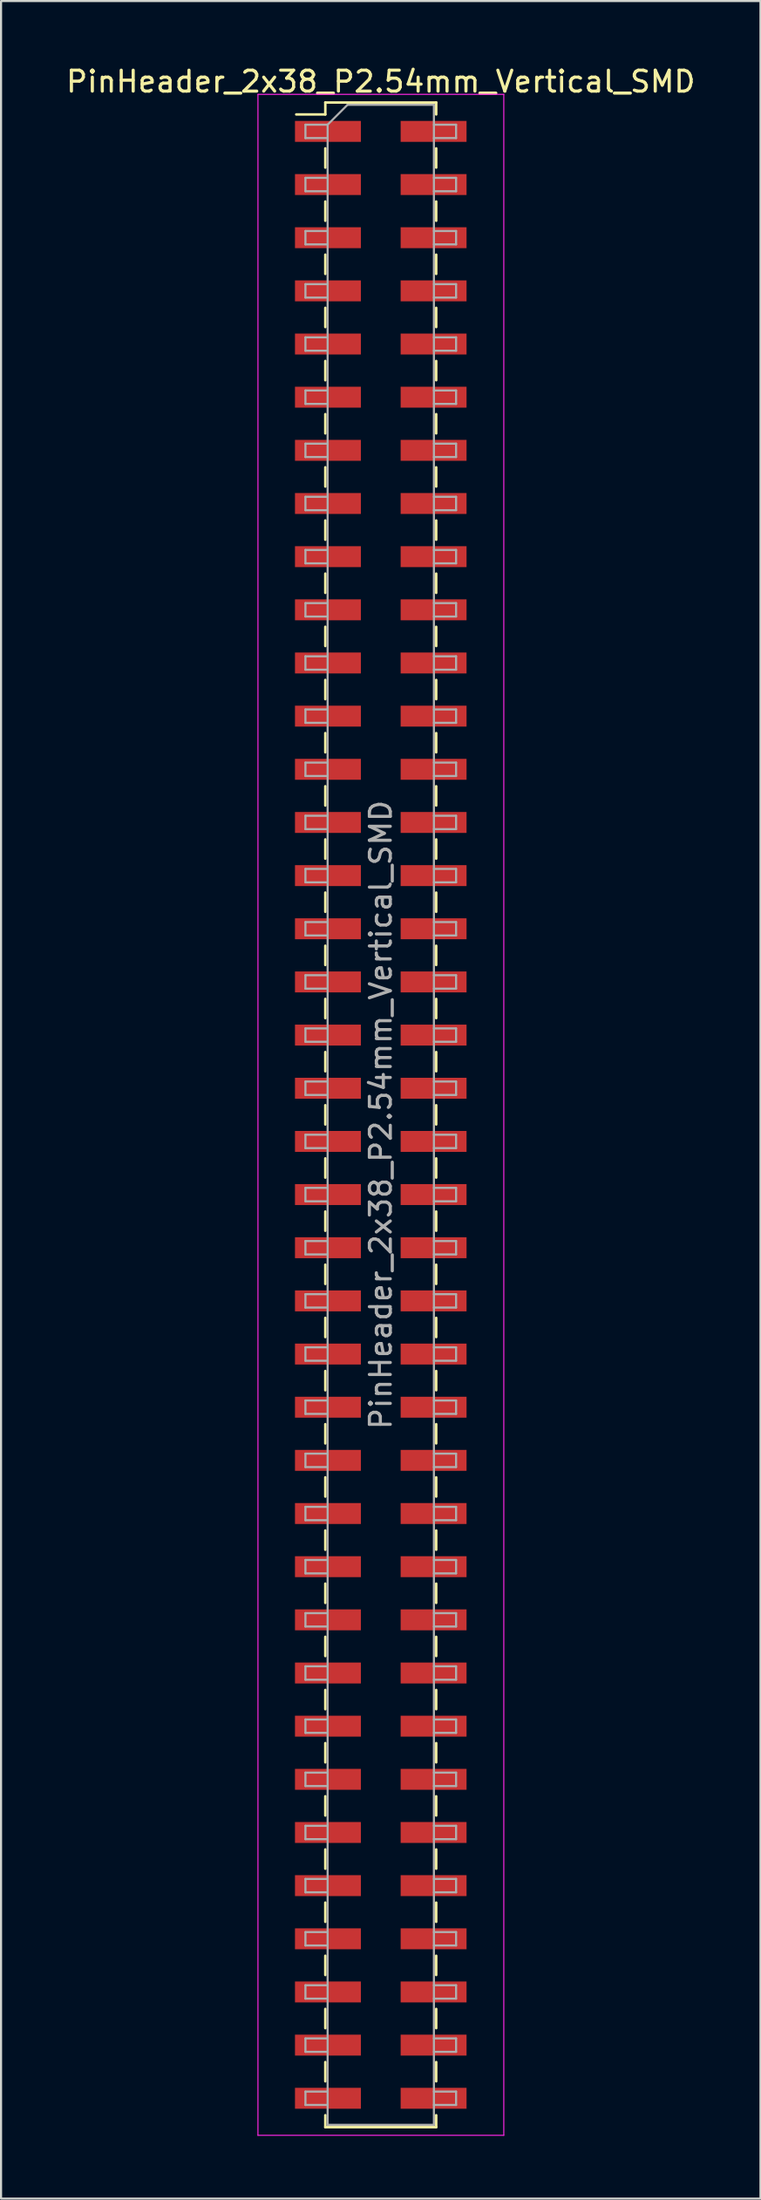
<source format=kicad_pcb>
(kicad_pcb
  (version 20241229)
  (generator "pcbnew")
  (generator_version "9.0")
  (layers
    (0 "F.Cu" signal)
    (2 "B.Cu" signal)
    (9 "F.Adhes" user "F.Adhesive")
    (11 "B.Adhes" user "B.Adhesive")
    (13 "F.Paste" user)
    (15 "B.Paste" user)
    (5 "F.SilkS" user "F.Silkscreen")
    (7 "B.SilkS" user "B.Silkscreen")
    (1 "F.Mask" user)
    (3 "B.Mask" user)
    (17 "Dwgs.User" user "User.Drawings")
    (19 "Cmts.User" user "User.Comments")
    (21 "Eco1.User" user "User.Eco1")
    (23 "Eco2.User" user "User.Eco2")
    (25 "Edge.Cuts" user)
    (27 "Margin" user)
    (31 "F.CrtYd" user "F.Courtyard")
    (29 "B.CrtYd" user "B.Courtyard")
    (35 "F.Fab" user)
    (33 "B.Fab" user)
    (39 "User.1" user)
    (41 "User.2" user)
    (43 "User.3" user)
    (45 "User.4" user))
  (footprint "PinHeader_2x38_P2.54mm_Vertical_SMD"
    (layer "F.Cu")
    (at 15.149 50.218)
    (property "Reference" "PinHeader_2x38_P2.54mm_Vertical_SMD" (at 0 -49.37 0) (layer "F.SilkS") (effects (font (size 1 1) (thickness 0.15))))
    (attr smd)
    (fp_line (start -4.04 -47.8) (end -2.65 -47.8) (stroke (width 0.12) (type solid)) (layer "F.SilkS"))
    (fp_line (start -2.65 -48.37) (end -2.65 -47.8) (stroke (width 0.12) (type solid)) (layer "F.SilkS"))
    (fp_line (start -2.65 -48.37) (end 2.65 -48.37) (stroke (width 0.12) (type solid)) (layer "F.SilkS"))
    (fp_line (start -2.65 -46.18) (end -2.65 -45.26) (stroke (width 0.12) (type solid)) (layer "F.SilkS"))
    (fp_line (start -2.65 -43.64) (end -2.65 -42.72) (stroke (width 0.12) (type solid)) (layer "F.SilkS"))
    (fp_line (start -2.65 -41.1) (end -2.65 -40.18) (stroke (width 0.12) (type solid)) (layer "F.SilkS"))
    (fp_line (start -2.65 -38.56) (end -2.65 -37.64) (stroke (width 0.12) (type solid)) (layer "F.SilkS"))
    (fp_line (start -2.65 -36.02) (end -2.65 -35.1) (stroke (width 0.12) (type solid)) (layer "F.SilkS"))
    (fp_line (start -2.65 -33.48) (end -2.65 -32.56) (stroke (width 0.12) (type solid)) (layer "F.SilkS"))
    (fp_line (start -2.65 -30.94) (end -2.65 -30.02) (stroke (width 0.12) (type solid)) (layer "F.SilkS"))
    (fp_line (start -2.65 -28.4) (end -2.65 -27.48) (stroke (width 0.12) (type solid)) (layer "F.SilkS"))
    (fp_line (start -2.65 -25.86) (end -2.65 -24.94) (stroke (width 0.12) (type solid)) (layer "F.SilkS"))
    (fp_line (start -2.65 -23.32) (end -2.65 -22.4) (stroke (width 0.12) (type solid)) (layer "F.SilkS"))
    (fp_line (start -2.65 -20.78) (end -2.65 -19.86) (stroke (width 0.12) (type solid)) (layer "F.SilkS"))
    (fp_line (start -2.65 -18.24) (end -2.65 -17.32) (stroke (width 0.12) (type solid)) (layer "F.SilkS"))
    (fp_line (start -2.65 -15.7) (end -2.65 -14.78) (stroke (width 0.12) (type solid)) (layer "F.SilkS"))
    (fp_line (start -2.65 -13.16) (end -2.65 -12.24) (stroke (width 0.12) (type solid)) (layer "F.SilkS"))
    (fp_line (start -2.65 -10.62) (end -2.65 -9.7) (stroke (width 0.12) (type solid)) (layer "F.SilkS"))
    (fp_line (start -2.65 -8.08) (end -2.65 -7.16) (stroke (width 0.12) (type solid)) (layer "F.SilkS"))
    (fp_line (start -2.65 -5.54) (end -2.65 -4.62) (stroke (width 0.12) (type solid)) (layer "F.SilkS"))
    (fp_line (start -2.65 -3) (end -2.65 -2.08) (stroke (width 0.12) (type solid)) (layer "F.SilkS"))
    (fp_line (start -2.65 -0.46) (end -2.65 0.46) (stroke (width 0.12) (type solid)) (layer "F.SilkS"))
    (fp_line (start -2.65 2.08) (end -2.65 3) (stroke (width 0.12) (type solid)) (layer "F.SilkS"))
    (fp_line (start -2.65 4.62) (end -2.65 5.54) (stroke (width 0.12) (type solid)) (layer "F.SilkS"))
    (fp_line (start -2.65 7.16) (end -2.65 8.08) (stroke (width 0.12) (type solid)) (layer "F.SilkS"))
    (fp_line (start -2.65 9.7) (end -2.65 10.62) (stroke (width 0.12) (type solid)) (layer "F.SilkS"))
    (fp_line (start -2.65 12.24) (end -2.65 13.16) (stroke (width 0.12) (type solid)) (layer "F.SilkS"))
    (fp_line (start -2.65 14.78) (end -2.65 15.7) (stroke (width 0.12) (type solid)) (layer "F.SilkS"))
    (fp_line (start -2.65 17.32) (end -2.65 18.24) (stroke (width 0.12) (type solid)) (layer "F.SilkS"))
    (fp_line (start -2.65 19.86) (end -2.65 20.78) (stroke (width 0.12) (type solid)) (layer "F.SilkS"))
    (fp_line (start -2.65 22.4) (end -2.65 23.32) (stroke (width 0.12) (type solid)) (layer "F.SilkS"))
    (fp_line (start -2.65 24.94) (end -2.65 25.86) (stroke (width 0.12) (type solid)) (layer "F.SilkS"))
    (fp_line (start -2.65 27.48) (end -2.65 28.4) (stroke (width 0.12) (type solid)) (layer "F.SilkS"))
    (fp_line (start -2.65 30.02) (end -2.65 30.94) (stroke (width 0.12) (type solid)) (layer "F.SilkS"))
    (fp_line (start -2.65 32.56) (end -2.65 33.48) (stroke (width 0.12) (type solid)) (layer "F.SilkS"))
    (fp_line (start -2.65 35.1) (end -2.65 36.02) (stroke (width 0.12) (type solid)) (layer "F.SilkS"))
    (fp_line (start -2.65 37.64) (end -2.65 38.56) (stroke (width 0.12) (type solid)) (layer "F.SilkS"))
    (fp_line (start -2.65 40.18) (end -2.65 41.1) (stroke (width 0.12) (type solid)) (layer "F.SilkS"))
    (fp_line (start -2.65 42.72) (end -2.65 43.64) (stroke (width 0.12) (type solid)) (layer "F.SilkS"))
    (fp_line (start -2.65 45.26) (end -2.65 46.18) (stroke (width 0.12) (type solid)) (layer "F.SilkS"))
    (fp_line (start -2.65 47.8) (end -2.65 48.37) (stroke (width 0.12) (type solid)) (layer "F.SilkS"))
    (fp_line (start -2.65 48.37) (end 2.65 48.37) (stroke (width 0.12) (type solid)) (layer "F.SilkS"))
    (fp_line (start 2.65 -48.37) (end 2.65 -47.8) (stroke (width 0.12) (type solid)) (layer "F.SilkS"))
    (fp_line (start 2.65 -46.18) (end 2.65 -45.26) (stroke (width 0.12) (type solid)) (layer "F.SilkS"))
    (fp_line (start 2.65 -43.64) (end 2.65 -42.72) (stroke (width 0.12) (type solid)) (layer "F.SilkS"))
    (fp_line (start 2.65 -41.1) (end 2.65 -40.18) (stroke (width 0.12) (type solid)) (layer "F.SilkS"))
    (fp_line (start 2.65 -38.56) (end 2.65 -37.64) (stroke (width 0.12) (type solid)) (layer "F.SilkS"))
    (fp_line (start 2.65 -36.02) (end 2.65 -35.1) (stroke (width 0.12) (type solid)) (layer "F.SilkS"))
    (fp_line (start 2.65 -33.48) (end 2.65 -32.56) (stroke (width 0.12) (type solid)) (layer "F.SilkS"))
    (fp_line (start 2.65 -30.94) (end 2.65 -30.02) (stroke (width 0.12) (type solid)) (layer "F.SilkS"))
    (fp_line (start 2.65 -28.4) (end 2.65 -27.48) (stroke (width 0.12) (type solid)) (layer "F.SilkS"))
    (fp_line (start 2.65 -25.86) (end 2.65 -24.94) (stroke (width 0.12) (type solid)) (layer "F.SilkS"))
    (fp_line (start 2.65 -23.32) (end 2.65 -22.4) (stroke (width 0.12) (type solid)) (layer "F.SilkS"))
    (fp_line (start 2.65 -20.78) (end 2.65 -19.86) (stroke (width 0.12) (type solid)) (layer "F.SilkS"))
    (fp_line (start 2.65 -18.24) (end 2.65 -17.32) (stroke (width 0.12) (type solid)) (layer "F.SilkS"))
    (fp_line (start 2.65 -15.7) (end 2.65 -14.78) (stroke (width 0.12) (type solid)) (layer "F.SilkS"))
    (fp_line (start 2.65 -13.16) (end 2.65 -12.24) (stroke (width 0.12) (type solid)) (layer "F.SilkS"))
    (fp_line (start 2.65 -10.62) (end 2.65 -9.7) (stroke (width 0.12) (type solid)) (layer "F.SilkS"))
    (fp_line (start 2.65 -8.08) (end 2.65 -7.16) (stroke (width 0.12) (type solid)) (layer "F.SilkS"))
    (fp_line (start 2.65 -5.54) (end 2.65 -4.62) (stroke (width 0.12) (type solid)) (layer "F.SilkS"))
    (fp_line (start 2.65 -3) (end 2.65 -2.08) (stroke (width 0.12) (type solid)) (layer "F.SilkS"))
    (fp_line (start 2.65 -0.46) (end 2.65 0.46) (stroke (width 0.12) (type solid)) (layer "F.SilkS"))
    (fp_line (start 2.65 2.08) (end 2.65 3) (stroke (width 0.12) (type solid)) (layer "F.SilkS"))
    (fp_line (start 2.65 4.62) (end 2.65 5.54) (stroke (width 0.12) (type solid)) (layer "F.SilkS"))
    (fp_line (start 2.65 7.16) (end 2.65 8.08) (stroke (width 0.12) (type solid)) (layer "F.SilkS"))
    (fp_line (start 2.65 9.7) (end 2.65 10.62) (stroke (width 0.12) (type solid)) (layer "F.SilkS"))
    (fp_line (start 2.65 12.24) (end 2.65 13.16) (stroke (width 0.12) (type solid)) (layer "F.SilkS"))
    (fp_line (start 2.65 14.78) (end 2.65 15.7) (stroke (width 0.12) (type solid)) (layer "F.SilkS"))
    (fp_line (start 2.65 17.32) (end 2.65 18.24) (stroke (width 0.12) (type solid)) (layer "F.SilkS"))
    (fp_line (start 2.65 19.86) (end 2.65 20.78) (stroke (width 0.12) (type solid)) (layer "F.SilkS"))
    (fp_line (start 2.65 22.4) (end 2.65 23.32) (stroke (width 0.12) (type solid)) (layer "F.SilkS"))
    (fp_line (start 2.65 24.94) (end 2.65 25.86) (stroke (width 0.12) (type solid)) (layer "F.SilkS"))
    (fp_line (start 2.65 27.48) (end 2.65 28.4) (stroke (width 0.12) (type solid)) (layer "F.SilkS"))
    (fp_line (start 2.65 30.02) (end 2.65 30.94) (stroke (width 0.12) (type solid)) (layer "F.SilkS"))
    (fp_line (start 2.65 32.56) (end 2.65 33.48) (stroke (width 0.12) (type solid)) (layer "F.SilkS"))
    (fp_line (start 2.65 35.1) (end 2.65 36.02) (stroke (width 0.12) (type solid)) (layer "F.SilkS"))
    (fp_line (start 2.65 37.64) (end 2.65 38.56) (stroke (width 0.12) (type solid)) (layer "F.SilkS"))
    (fp_line (start 2.65 40.18) (end 2.65 41.1) (stroke (width 0.12) (type solid)) (layer "F.SilkS"))
    (fp_line (start 2.65 42.72) (end 2.65 43.64) (stroke (width 0.12) (type solid)) (layer "F.SilkS"))
    (fp_line (start 2.65 45.26) (end 2.65 46.18) (stroke (width 0.12) (type solid)) (layer "F.SilkS"))
    (fp_line (start 2.65 47.8) (end 2.65 48.37) (stroke (width 0.12) (type solid)) (layer "F.SilkS"))
    (fp_line (start -5.87 -48.76) (end -5.87 48.76) (stroke (width 0.05) (type solid)) (layer "F.CrtYd"))
    (fp_line (start -5.87 48.76) (end 5.88 48.76) (stroke (width 0.05) (type solid)) (layer "F.CrtYd"))
    (fp_line (start 5.88 -48.76) (end -5.87 -48.76) (stroke (width 0.05) (type solid)) (layer "F.CrtYd"))
    (fp_line (start 5.88 48.76) (end 5.88 -48.76) (stroke (width 0.05) (type solid)) (layer "F.CrtYd"))
    (fp_line (start -3.6 -47.31) (end -3.6 -46.67) (stroke (width 0.1) (type solid)) (layer "F.Fab"))
    (fp_line (start -3.6 -46.67) (end -2.54 -46.67) (stroke (width 0.1) (type solid)) (layer "F.Fab"))
    (fp_line (start -3.6 -44.77) (end -3.6 -44.13) (stroke (width 0.1) (type solid)) (layer "F.Fab"))
    (fp_line (start -3.6 -44.13) (end -2.54 -44.13) (stroke (width 0.1) (type solid)) (layer "F.Fab"))
    (fp_line (start -3.6 -42.23) (end -3.6 -41.59) (stroke (width 0.1) (type solid)) (layer "F.Fab"))
    (fp_line (start -3.6 -41.59) (end -2.54 -41.59) (stroke (width 0.1) (type solid)) (layer "F.Fab"))
    (fp_line (start -3.6 -39.69) (end -3.6 -39.05) (stroke (width 0.1) (type solid)) (layer "F.Fab"))
    (fp_line (start -3.6 -39.05) (end -2.54 -39.05) (stroke (width 0.1) (type solid)) (layer "F.Fab"))
    (fp_line (start -3.6 -37.15) (end -3.6 -36.51) (stroke (width 0.1) (type solid)) (layer "F.Fab"))
    (fp_line (start -3.6 -36.51) (end -2.54 -36.51) (stroke (width 0.1) (type solid)) (layer "F.Fab"))
    (fp_line (start -3.6 -34.61) (end -3.6 -33.97) (stroke (width 0.1) (type solid)) (layer "F.Fab"))
    (fp_line (start -3.6 -33.97) (end -2.54 -33.97) (stroke (width 0.1) (type solid)) (layer "F.Fab"))
    (fp_line (start -3.6 -32.07) (end -3.6 -31.43) (stroke (width 0.1) (type solid)) (layer "F.Fab"))
    (fp_line (start -3.6 -31.43) (end -2.54 -31.43) (stroke (width 0.1) (type solid)) (layer "F.Fab"))
    (fp_line (start -3.6 -29.53) (end -3.6 -28.89) (stroke (width 0.1) (type solid)) (layer "F.Fab"))
    (fp_line (start -3.6 -28.89) (end -2.54 -28.89) (stroke (width 0.1) (type solid)) (layer "F.Fab"))
    (fp_line (start -3.6 -26.99) (end -3.6 -26.35) (stroke (width 0.1) (type solid)) (layer "F.Fab"))
    (fp_line (start -3.6 -26.35) (end -2.54 -26.35) (stroke (width 0.1) (type solid)) (layer "F.Fab"))
    (fp_line (start -3.6 -24.45) (end -3.6 -23.81) (stroke (width 0.1) (type solid)) (layer "F.Fab"))
    (fp_line (start -3.6 -23.81) (end -2.54 -23.81) (stroke (width 0.1) (type solid)) (layer "F.Fab"))
    (fp_line (start -3.6 -21.91) (end -3.6 -21.27) (stroke (width 0.1) (type solid)) (layer "F.Fab"))
    (fp_line (start -3.6 -21.27) (end -2.54 -21.27) (stroke (width 0.1) (type solid)) (layer "F.Fab"))
    (fp_line (start -3.6 -19.37) (end -3.6 -18.73) (stroke (width 0.1) (type solid)) (layer "F.Fab"))
    (fp_line (start -3.6 -18.73) (end -2.54 -18.73) (stroke (width 0.1) (type solid)) (layer "F.Fab"))
    (fp_line (start -3.6 -16.83) (end -3.6 -16.19) (stroke (width 0.1) (type solid)) (layer "F.Fab"))
    (fp_line (start -3.6 -16.19) (end -2.54 -16.19) (stroke (width 0.1) (type solid)) (layer "F.Fab"))
    (fp_line (start -3.6 -14.29) (end -3.6 -13.65) (stroke (width 0.1) (type solid)) (layer "F.Fab"))
    (fp_line (start -3.6 -13.65) (end -2.54 -13.65) (stroke (width 0.1) (type solid)) (layer "F.Fab"))
    (fp_line (start -3.6 -11.75) (end -3.6 -11.11) (stroke (width 0.1) (type solid)) (layer "F.Fab"))
    (fp_line (start -3.6 -11.11) (end -2.54 -11.11) (stroke (width 0.1) (type solid)) (layer "F.Fab"))
    (fp_line (start -3.6 -9.21) (end -3.6 -8.57) (stroke (width 0.1) (type solid)) (layer "F.Fab"))
    (fp_line (start -3.6 -8.57) (end -2.54 -8.57) (stroke (width 0.1) (type solid)) (layer "F.Fab"))
    (fp_line (start -3.6 -6.67) (end -3.6 -6.03) (stroke (width 0.1) (type solid)) (layer "F.Fab"))
    (fp_line (start -3.6 -6.03) (end -2.54 -6.03) (stroke (width 0.1) (type solid)) (layer "F.Fab"))
    (fp_line (start -3.6 -4.13) (end -3.6 -3.49) (stroke (width 0.1) (type solid)) (layer "F.Fab"))
    (fp_line (start -3.6 -3.49) (end -2.54 -3.49) (stroke (width 0.1) (type solid)) (layer "F.Fab"))
    (fp_line (start -3.6 -1.59) (end -3.6 -0.95) (stroke (width 0.1) (type solid)) (layer "F.Fab"))
    (fp_line (start -3.6 -0.95) (end -2.54 -0.95) (stroke (width 0.1) (type solid)) (layer "F.Fab"))
    (fp_line (start -3.6 0.95) (end -3.6 1.59) (stroke (width 0.1) (type solid)) (layer "F.Fab"))
    (fp_line (start -3.6 1.59) (end -2.54 1.59) (stroke (width 0.1) (type solid)) (layer "F.Fab"))
    (fp_line (start -3.6 3.49) (end -3.6 4.13) (stroke (width 0.1) (type solid)) (layer "F.Fab"))
    (fp_line (start -3.6 4.13) (end -2.54 4.13) (stroke (width 0.1) (type solid)) (layer "F.Fab"))
    (fp_line (start -3.6 6.03) (end -3.6 6.67) (stroke (width 0.1) (type solid)) (layer "F.Fab"))
    (fp_line (start -3.6 6.67) (end -2.54 6.67) (stroke (width 0.1) (type solid)) (layer "F.Fab"))
    (fp_line (start -3.6 8.57) (end -3.6 9.21) (stroke (width 0.1) (type solid)) (layer "F.Fab"))
    (fp_line (start -3.6 9.21) (end -2.54 9.21) (stroke (width 0.1) (type solid)) (layer "F.Fab"))
    (fp_line (start -3.6 11.11) (end -3.6 11.75) (stroke (width 0.1) (type solid)) (layer "F.Fab"))
    (fp_line (start -3.6 11.75) (end -2.54 11.75) (stroke (width 0.1) (type solid)) (layer "F.Fab"))
    (fp_line (start -3.6 13.65) (end -3.6 14.29) (stroke (width 0.1) (type solid)) (layer "F.Fab"))
    (fp_line (start -3.6 14.29) (end -2.54 14.29) (stroke (width 0.1) (type solid)) (layer "F.Fab"))
    (fp_line (start -3.6 16.19) (end -3.6 16.83) (stroke (width 0.1) (type solid)) (layer "F.Fab"))
    (fp_line (start -3.6 16.83) (end -2.54 16.83) (stroke (width 0.1) (type solid)) (layer "F.Fab"))
    (fp_line (start -3.6 18.73) (end -3.6 19.37) (stroke (width 0.1) (type solid)) (layer "F.Fab"))
    (fp_line (start -3.6 19.37) (end -2.54 19.37) (stroke (width 0.1) (type solid)) (layer "F.Fab"))
    (fp_line (start -3.6 21.27) (end -3.6 21.91) (stroke (width 0.1) (type solid)) (layer "F.Fab"))
    (fp_line (start -3.6 21.91) (end -2.54 21.91) (stroke (width 0.1) (type solid)) (layer "F.Fab"))
    (fp_line (start -3.6 23.81) (end -3.6 24.45) (stroke (width 0.1) (type solid)) (layer "F.Fab"))
    (fp_line (start -3.6 24.45) (end -2.54 24.45) (stroke (width 0.1) (type solid)) (layer "F.Fab"))
    (fp_line (start -3.6 26.35) (end -3.6 26.99) (stroke (width 0.1) (type solid)) (layer "F.Fab"))
    (fp_line (start -3.6 26.99) (end -2.54 26.99) (stroke (width 0.1) (type solid)) (layer "F.Fab"))
    (fp_line (start -3.6 28.89) (end -3.6 29.53) (stroke (width 0.1) (type solid)) (layer "F.Fab"))
    (fp_line (start -3.6 29.53) (end -2.54 29.53) (stroke (width 0.1) (type solid)) (layer "F.Fab"))
    (fp_line (start -3.6 31.43) (end -3.6 32.07) (stroke (width 0.1) (type solid)) (layer "F.Fab"))
    (fp_line (start -3.6 32.07) (end -2.54 32.07) (stroke (width 0.1) (type solid)) (layer "F.Fab"))
    (fp_line (start -3.6 33.97) (end -3.6 34.61) (stroke (width 0.1) (type solid)) (layer "F.Fab"))
    (fp_line (start -3.6 34.61) (end -2.54 34.61) (stroke (width 0.1) (type solid)) (layer "F.Fab"))
    (fp_line (start -3.6 36.51) (end -3.6 37.15) (stroke (width 0.1) (type solid)) (layer "F.Fab"))
    (fp_line (start -3.6 37.15) (end -2.54 37.15) (stroke (width 0.1) (type solid)) (layer "F.Fab"))
    (fp_line (start -3.6 39.05) (end -3.6 39.69) (stroke (width 0.1) (type solid)) (layer "F.Fab"))
    (fp_line (start -3.6 39.69) (end -2.54 39.69) (stroke (width 0.1) (type solid)) (layer "F.Fab"))
    (fp_line (start -3.6 41.59) (end -3.6 42.23) (stroke (width 0.1) (type solid)) (layer "F.Fab"))
    (fp_line (start -3.6 42.23) (end -2.54 42.23) (stroke (width 0.1) (type solid)) (layer "F.Fab"))
    (fp_line (start -3.6 44.13) (end -3.6 44.77) (stroke (width 0.1) (type solid)) (layer "F.Fab"))
    (fp_line (start -3.6 44.77) (end -2.54 44.77) (stroke (width 0.1) (type solid)) (layer "F.Fab"))
    (fp_line (start -3.6 46.67) (end -3.6 47.31) (stroke (width 0.1) (type solid)) (layer "F.Fab"))
    (fp_line (start -3.6 47.31) (end -2.54 47.31) (stroke (width 0.1) (type solid)) (layer "F.Fab"))
    (fp_line (start -2.54 -47.31) (end -3.6 -47.31) (stroke (width 0.1) (type solid)) (layer "F.Fab"))
    (fp_line (start -2.54 -47.31) (end -1.59 -48.26) (stroke (width 0.1) (type solid)) (layer "F.Fab"))
    (fp_line (start -2.54 -44.77) (end -3.6 -44.77) (stroke (width 0.1) (type solid)) (layer "F.Fab"))
    (fp_line (start -2.54 -42.23) (end -3.6 -42.23) (stroke (width 0.1) (type solid)) (layer "F.Fab"))
    (fp_line (start -2.54 -39.69) (end -3.6 -39.69) (stroke (width 0.1) (type solid)) (layer "F.Fab"))
    (fp_line (start -2.54 -37.15) (end -3.6 -37.15) (stroke (width 0.1) (type solid)) (layer "F.Fab"))
    (fp_line (start -2.54 -34.61) (end -3.6 -34.61) (stroke (width 0.1) (type solid)) (layer "F.Fab"))
    (fp_line (start -2.54 -32.07) (end -3.6 -32.07) (stroke (width 0.1) (type solid)) (layer "F.Fab"))
    (fp_line (start -2.54 -29.53) (end -3.6 -29.53) (stroke (width 0.1) (type solid)) (layer "F.Fab"))
    (fp_line (start -2.54 -26.99) (end -3.6 -26.99) (stroke (width 0.1) (type solid)) (layer "F.Fab"))
    (fp_line (start -2.54 -24.45) (end -3.6 -24.45) (stroke (width 0.1) (type solid)) (layer "F.Fab"))
    (fp_line (start -2.54 -21.91) (end -3.6 -21.91) (stroke (width 0.1) (type solid)) (layer "F.Fab"))
    (fp_line (start -2.54 -19.37) (end -3.6 -19.37) (stroke (width 0.1) (type solid)) (layer "F.Fab"))
    (fp_line (start -2.54 -16.83) (end -3.6 -16.83) (stroke (width 0.1) (type solid)) (layer "F.Fab"))
    (fp_line (start -2.54 -14.29) (end -3.6 -14.29) (stroke (width 0.1) (type solid)) (layer "F.Fab"))
    (fp_line (start -2.54 -11.75) (end -3.6 -11.75) (stroke (width 0.1) (type solid)) (layer "F.Fab"))
    (fp_line (start -2.54 -9.21) (end -3.6 -9.21) (stroke (width 0.1) (type solid)) (layer "F.Fab"))
    (fp_line (start -2.54 -6.67) (end -3.6 -6.67) (stroke (width 0.1) (type solid)) (layer "F.Fab"))
    (fp_line (start -2.54 -4.13) (end -3.6 -4.13) (stroke (width 0.1) (type solid)) (layer "F.Fab"))
    (fp_line (start -2.54 -1.59) (end -3.6 -1.59) (stroke (width 0.1) (type solid)) (layer "F.Fab"))
    (fp_line (start -2.54 0.95) (end -3.6 0.95) (stroke (width 0.1) (type solid)) (layer "F.Fab"))
    (fp_line (start -2.54 3.49) (end -3.6 3.49) (stroke (width 0.1) (type solid)) (layer "F.Fab"))
    (fp_line (start -2.54 6.03) (end -3.6 6.03) (stroke (width 0.1) (type solid)) (layer "F.Fab"))
    (fp_line (start -2.54 8.57) (end -3.6 8.57) (stroke (width 0.1) (type solid)) (layer "F.Fab"))
    (fp_line (start -2.54 11.11) (end -3.6 11.11) (stroke (width 0.1) (type solid)) (layer "F.Fab"))
    (fp_line (start -2.54 13.65) (end -3.6 13.65) (stroke (width 0.1) (type solid)) (layer "F.Fab"))
    (fp_line (start -2.54 16.19) (end -3.6 16.19) (stroke (width 0.1) (type solid)) (layer "F.Fab"))
    (fp_line (start -2.54 18.73) (end -3.6 18.73) (stroke (width 0.1) (type solid)) (layer "F.Fab"))
    (fp_line (start -2.54 21.27) (end -3.6 21.27) (stroke (width 0.1) (type solid)) (layer "F.Fab"))
    (fp_line (start -2.54 23.81) (end -3.6 23.81) (stroke (width 0.1) (type solid)) (layer "F.Fab"))
    (fp_line (start -2.54 26.35) (end -3.6 26.35) (stroke (width 0.1) (type solid)) (layer "F.Fab"))
    (fp_line (start -2.54 28.89) (end -3.6 28.89) (stroke (width 0.1) (type solid)) (layer "F.Fab"))
    (fp_line (start -2.54 31.43) (end -3.6 31.43) (stroke (width 0.1) (type solid)) (layer "F.Fab"))
    (fp_line (start -2.54 33.97) (end -3.6 33.97) (stroke (width 0.1) (type solid)) (layer "F.Fab"))
    (fp_line (start -2.54 36.51) (end -3.6 36.51) (stroke (width 0.1) (type solid)) (layer "F.Fab"))
    (fp_line (start -2.54 39.05) (end -3.6 39.05) (stroke (width 0.1) (type solid)) (layer "F.Fab"))
    (fp_line (start -2.54 41.59) (end -3.6 41.59) (stroke (width 0.1) (type solid)) (layer "F.Fab"))
    (fp_line (start -2.54 44.13) (end -3.6 44.13) (stroke (width 0.1) (type solid)) (layer "F.Fab"))
    (fp_line (start -2.54 46.67) (end -3.6 46.67) (stroke (width 0.1) (type solid)) (layer "F.Fab"))
    (fp_line (start -2.54 48.26) (end -2.54 -47.31) (stroke (width 0.1) (type solid)) (layer "F.Fab"))
    (fp_line (start -1.59 -48.26) (end 2.54 -48.26) (stroke (width 0.1) (type solid)) (layer "F.Fab"))
    (fp_line (start 2.54 -48.26) (end 2.54 48.26) (stroke (width 0.1) (type solid)) (layer "F.Fab"))
    (fp_line (start 2.54 -47.31) (end 3.6 -47.31) (stroke (width 0.1) (type solid)) (layer "F.Fab"))
    (fp_line (start 2.54 -44.77) (end 3.6 -44.77) (stroke (width 0.1) (type solid)) (layer "F.Fab"))
    (fp_line (start 2.54 -42.23) (end 3.6 -42.23) (stroke (width 0.1) (type solid)) (layer "F.Fab"))
    (fp_line (start 2.54 -39.69) (end 3.6 -39.69) (stroke (width 0.1) (type solid)) (layer "F.Fab"))
    (fp_line (start 2.54 -37.15) (end 3.6 -37.15) (stroke (width 0.1) (type solid)) (layer "F.Fab"))
    (fp_line (start 2.54 -34.61) (end 3.6 -34.61) (stroke (width 0.1) (type solid)) (layer "F.Fab"))
    (fp_line (start 2.54 -32.07) (end 3.6 -32.07) (stroke (width 0.1) (type solid)) (layer "F.Fab"))
    (fp_line (start 2.54 -29.53) (end 3.6 -29.53) (stroke (width 0.1) (type solid)) (layer "F.Fab"))
    (fp_line (start 2.54 -26.99) (end 3.6 -26.99) (stroke (width 0.1) (type solid)) (layer "F.Fab"))
    (fp_line (start 2.54 -24.45) (end 3.6 -24.45) (stroke (width 0.1) (type solid)) (layer "F.Fab"))
    (fp_line (start 2.54 -21.91) (end 3.6 -21.91) (stroke (width 0.1) (type solid)) (layer "F.Fab"))
    (fp_line (start 2.54 -19.37) (end 3.6 -19.37) (stroke (width 0.1) (type solid)) (layer "F.Fab"))
    (fp_line (start 2.54 -16.83) (end 3.6 -16.83) (stroke (width 0.1) (type solid)) (layer "F.Fab"))
    (fp_line (start 2.54 -14.29) (end 3.6 -14.29) (stroke (width 0.1) (type solid)) (layer "F.Fab"))
    (fp_line (start 2.54 -11.75) (end 3.6 -11.75) (stroke (width 0.1) (type solid)) (layer "F.Fab"))
    (fp_line (start 2.54 -9.21) (end 3.6 -9.21) (stroke (width 0.1) (type solid)) (layer "F.Fab"))
    (fp_line (start 2.54 -6.67) (end 3.6 -6.67) (stroke (width 0.1) (type solid)) (layer "F.Fab"))
    (fp_line (start 2.54 -4.13) (end 3.6 -4.13) (stroke (width 0.1) (type solid)) (layer "F.Fab"))
    (fp_line (start 2.54 -1.59) (end 3.6 -1.59) (stroke (width 0.1) (type solid)) (layer "F.Fab"))
    (fp_line (start 2.54 0.95) (end 3.6 0.95) (stroke (width 0.1) (type solid)) (layer "F.Fab"))
    (fp_line (start 2.54 3.49) (end 3.6 3.49) (stroke (width 0.1) (type solid)) (layer "F.Fab"))
    (fp_line (start 2.54 6.03) (end 3.6 6.03) (stroke (width 0.1) (type solid)) (layer "F.Fab"))
    (fp_line (start 2.54 8.57) (end 3.6 8.57) (stroke (width 0.1) (type solid)) (layer "F.Fab"))
    (fp_line (start 2.54 11.11) (end 3.6 11.11) (stroke (width 0.1) (type solid)) (layer "F.Fab"))
    (fp_line (start 2.54 13.65) (end 3.6 13.65) (stroke (width 0.1) (type solid)) (layer "F.Fab"))
    (fp_line (start 2.54 16.19) (end 3.6 16.19) (stroke (width 0.1) (type solid)) (layer "F.Fab"))
    (fp_line (start 2.54 18.73) (end 3.6 18.73) (stroke (width 0.1) (type solid)) (layer "F.Fab"))
    (fp_line (start 2.54 21.27) (end 3.6 21.27) (stroke (width 0.1) (type solid)) (layer "F.Fab"))
    (fp_line (start 2.54 23.81) (end 3.6 23.81) (stroke (width 0.1) (type solid)) (layer "F.Fab"))
    (fp_line (start 2.54 26.35) (end 3.6 26.35) (stroke (width 0.1) (type solid)) (layer "F.Fab"))
    (fp_line (start 2.54 28.89) (end 3.6 28.89) (stroke (width 0.1) (type solid)) (layer "F.Fab"))
    (fp_line (start 2.54 31.43) (end 3.6 31.43) (stroke (width 0.1) (type solid)) (layer "F.Fab"))
    (fp_line (start 2.54 33.97) (end 3.6 33.97) (stroke (width 0.1) (type solid)) (layer "F.Fab"))
    (fp_line (start 2.54 36.51) (end 3.6 36.51) (stroke (width 0.1) (type solid)) (layer "F.Fab"))
    (fp_line (start 2.54 39.05) (end 3.6 39.05) (stroke (width 0.1) (type solid)) (layer "F.Fab"))
    (fp_line (start 2.54 41.59) (end 3.6 41.59) (stroke (width 0.1) (type solid)) (layer "F.Fab"))
    (fp_line (start 2.54 44.13) (end 3.6 44.13) (stroke (width 0.1) (type solid)) (layer "F.Fab"))
    (fp_line (start 2.54 46.67) (end 3.6 46.67) (stroke (width 0.1) (type solid)) (layer "F.Fab"))
    (fp_line (start 2.54 48.26) (end -2.54 48.26) (stroke (width 0.1) (type solid)) (layer "F.Fab"))
    (fp_line (start 3.6 -47.31) (end 3.6 -46.67) (stroke (width 0.1) (type solid)) (layer "F.Fab"))
    (fp_line (start 3.6 -46.67) (end 2.54 -46.67) (stroke (width 0.1) (type solid)) (layer "F.Fab"))
    (fp_line (start 3.6 -44.77) (end 3.6 -44.13) (stroke (width 0.1) (type solid)) (layer "F.Fab"))
    (fp_line (start 3.6 -44.13) (end 2.54 -44.13) (stroke (width 0.1) (type solid)) (layer "F.Fab"))
    (fp_line (start 3.6 -42.23) (end 3.6 -41.59) (stroke (width 0.1) (type solid)) (layer "F.Fab"))
    (fp_line (start 3.6 -41.59) (end 2.54 -41.59) (stroke (width 0.1) (type solid)) (layer "F.Fab"))
    (fp_line (start 3.6 -39.69) (end 3.6 -39.05) (stroke (width 0.1) (type solid)) (layer "F.Fab"))
    (fp_line (start 3.6 -39.05) (end 2.54 -39.05) (stroke (width 0.1) (type solid)) (layer "F.Fab"))
    (fp_line (start 3.6 -37.15) (end 3.6 -36.51) (stroke (width 0.1) (type solid)) (layer "F.Fab"))
    (fp_line (start 3.6 -36.51) (end 2.54 -36.51) (stroke (width 0.1) (type solid)) (layer "F.Fab"))
    (fp_line (start 3.6 -34.61) (end 3.6 -33.97) (stroke (width 0.1) (type solid)) (layer "F.Fab"))
    (fp_line (start 3.6 -33.97) (end 2.54 -33.97) (stroke (width 0.1) (type solid)) (layer "F.Fab"))
    (fp_line (start 3.6 -32.07) (end 3.6 -31.43) (stroke (width 0.1) (type solid)) (layer "F.Fab"))
    (fp_line (start 3.6 -31.43) (end 2.54 -31.43) (stroke (width 0.1) (type solid)) (layer "F.Fab"))
    (fp_line (start 3.6 -29.53) (end 3.6 -28.89) (stroke (width 0.1) (type solid)) (layer "F.Fab"))
    (fp_line (start 3.6 -28.89) (end 2.54 -28.89) (stroke (width 0.1) (type solid)) (layer "F.Fab"))
    (fp_line (start 3.6 -26.99) (end 3.6 -26.35) (stroke (width 0.1) (type solid)) (layer "F.Fab"))
    (fp_line (start 3.6 -26.35) (end 2.54 -26.35) (stroke (width 0.1) (type solid)) (layer "F.Fab"))
    (fp_line (start 3.6 -24.45) (end 3.6 -23.81) (stroke (width 0.1) (type solid)) (layer "F.Fab"))
    (fp_line (start 3.6 -23.81) (end 2.54 -23.81) (stroke (width 0.1) (type solid)) (layer "F.Fab"))
    (fp_line (start 3.6 -21.91) (end 3.6 -21.27) (stroke (width 0.1) (type solid)) (layer "F.Fab"))
    (fp_line (start 3.6 -21.27) (end 2.54 -21.27) (stroke (width 0.1) (type solid)) (layer "F.Fab"))
    (fp_line (start 3.6 -19.37) (end 3.6 -18.73) (stroke (width 0.1) (type solid)) (layer "F.Fab"))
    (fp_line (start 3.6 -18.73) (end 2.54 -18.73) (stroke (width 0.1) (type solid)) (layer "F.Fab"))
    (fp_line (start 3.6 -16.83) (end 3.6 -16.19) (stroke (width 0.1) (type solid)) (layer "F.Fab"))
    (fp_line (start 3.6 -16.19) (end 2.54 -16.19) (stroke (width 0.1) (type solid)) (layer "F.Fab"))
    (fp_line (start 3.6 -14.29) (end 3.6 -13.65) (stroke (width 0.1) (type solid)) (layer "F.Fab"))
    (fp_line (start 3.6 -13.65) (end 2.54 -13.65) (stroke (width 0.1) (type solid)) (layer "F.Fab"))
    (fp_line (start 3.6 -11.75) (end 3.6 -11.11) (stroke (width 0.1) (type solid)) (layer "F.Fab"))
    (fp_line (start 3.6 -11.11) (end 2.54 -11.11) (stroke (width 0.1) (type solid)) (layer "F.Fab"))
    (fp_line (start 3.6 -9.21) (end 3.6 -8.57) (stroke (width 0.1) (type solid)) (layer "F.Fab"))
    (fp_line (start 3.6 -8.57) (end 2.54 -8.57) (stroke (width 0.1) (type solid)) (layer "F.Fab"))
    (fp_line (start 3.6 -6.67) (end 3.6 -6.03) (stroke (width 0.1) (type solid)) (layer "F.Fab"))
    (fp_line (start 3.6 -6.03) (end 2.54 -6.03) (stroke (width 0.1) (type solid)) (layer "F.Fab"))
    (fp_line (start 3.6 -4.13) (end 3.6 -3.49) (stroke (width 0.1) (type solid)) (layer "F.Fab"))
    (fp_line (start 3.6 -3.49) (end 2.54 -3.49) (stroke (width 0.1) (type solid)) (layer "F.Fab"))
    (fp_line (start 3.6 -1.59) (end 3.6 -0.95) (stroke (width 0.1) (type solid)) (layer "F.Fab"))
    (fp_line (start 3.6 -0.95) (end 2.54 -0.95) (stroke (width 0.1) (type solid)) (layer "F.Fab"))
    (fp_line (start 3.6 0.95) (end 3.6 1.59) (stroke (width 0.1) (type solid)) (layer "F.Fab"))
    (fp_line (start 3.6 1.59) (end 2.54 1.59) (stroke (width 0.1) (type solid)) (layer "F.Fab"))
    (fp_line (start 3.6 3.49) (end 3.6 4.13) (stroke (width 0.1) (type solid)) (layer "F.Fab"))
    (fp_line (start 3.6 4.13) (end 2.54 4.13) (stroke (width 0.1) (type solid)) (layer "F.Fab"))
    (fp_line (start 3.6 6.03) (end 3.6 6.67) (stroke (width 0.1) (type solid)) (layer "F.Fab"))
    (fp_line (start 3.6 6.67) (end 2.54 6.67) (stroke (width 0.1) (type solid)) (layer "F.Fab"))
    (fp_line (start 3.6 8.57) (end 3.6 9.21) (stroke (width 0.1) (type solid)) (layer "F.Fab"))
    (fp_line (start 3.6 9.21) (end 2.54 9.21) (stroke (width 0.1) (type solid)) (layer "F.Fab"))
    (fp_line (start 3.6 11.11) (end 3.6 11.75) (stroke (width 0.1) (type solid)) (layer "F.Fab"))
    (fp_line (start 3.6 11.75) (end 2.54 11.75) (stroke (width 0.1) (type solid)) (layer "F.Fab"))
    (fp_line (start 3.6 13.65) (end 3.6 14.29) (stroke (width 0.1) (type solid)) (layer "F.Fab"))
    (fp_line (start 3.6 14.29) (end 2.54 14.29) (stroke (width 0.1) (type solid)) (layer "F.Fab"))
    (fp_line (start 3.6 16.19) (end 3.6 16.83) (stroke (width 0.1) (type solid)) (layer "F.Fab"))
    (fp_line (start 3.6 16.83) (end 2.54 16.83) (stroke (width 0.1) (type solid)) (layer "F.Fab"))
    (fp_line (start 3.6 18.73) (end 3.6 19.37) (stroke (width 0.1) (type solid)) (layer "F.Fab"))
    (fp_line (start 3.6 19.37) (end 2.54 19.37) (stroke (width 0.1) (type solid)) (layer "F.Fab"))
    (fp_line (start 3.6 21.27) (end 3.6 21.91) (stroke (width 0.1) (type solid)) (layer "F.Fab"))
    (fp_line (start 3.6 21.91) (end 2.54 21.91) (stroke (width 0.1) (type solid)) (layer "F.Fab"))
    (fp_line (start 3.6 23.81) (end 3.6 24.45) (stroke (width 0.1) (type solid)) (layer "F.Fab"))
    (fp_line (start 3.6 24.45) (end 2.54 24.45) (stroke (width 0.1) (type solid)) (layer "F.Fab"))
    (fp_line (start 3.6 26.35) (end 3.6 26.99) (stroke (width 0.1) (type solid)) (layer "F.Fab"))
    (fp_line (start 3.6 26.99) (end 2.54 26.99) (stroke (width 0.1) (type solid)) (layer "F.Fab"))
    (fp_line (start 3.6 28.89) (end 3.6 29.53) (stroke (width 0.1) (type solid)) (layer "F.Fab"))
    (fp_line (start 3.6 29.53) (end 2.54 29.53) (stroke (width 0.1) (type solid)) (layer "F.Fab"))
    (fp_line (start 3.6 31.43) (end 3.6 32.07) (stroke (width 0.1) (type solid)) (layer "F.Fab"))
    (fp_line (start 3.6 32.07) (end 2.54 32.07) (stroke (width 0.1) (type solid)) (layer "F.Fab"))
    (fp_line (start 3.6 33.97) (end 3.6 34.61) (stroke (width 0.1) (type solid)) (layer "F.Fab"))
    (fp_line (start 3.6 34.61) (end 2.54 34.61) (stroke (width 0.1) (type solid)) (layer "F.Fab"))
    (fp_line (start 3.6 36.51) (end 3.6 37.15) (stroke (width 0.1) (type solid)) (layer "F.Fab"))
    (fp_line (start 3.6 37.15) (end 2.54 37.15) (stroke (width 0.1) (type solid)) (layer "F.Fab"))
    (fp_line (start 3.6 39.05) (end 3.6 39.69) (stroke (width 0.1) (type solid)) (layer "F.Fab"))
    (fp_line (start 3.6 39.69) (end 2.54 39.69) (stroke (width 0.1) (type solid)) (layer "F.Fab"))
    (fp_line (start 3.6 41.59) (end 3.6 42.23) (stroke (width 0.1) (type solid)) (layer "F.Fab"))
    (fp_line (start 3.6 42.23) (end 2.54 42.23) (stroke (width 0.1) (type solid)) (layer "F.Fab"))
    (fp_line (start 3.6 44.13) (end 3.6 44.77) (stroke (width 0.1) (type solid)) (layer "F.Fab"))
    (fp_line (start 3.6 44.77) (end 2.54 44.77) (stroke (width 0.1) (type solid)) (layer "F.Fab"))
    (fp_line (start 3.6 46.67) (end 3.6 47.31) (stroke (width 0.1) (type solid)) (layer "F.Fab"))
    (fp_line (start 3.6 47.31) (end 2.54 47.31) (stroke (width 0.1) (type solid)) (layer "F.Fab"))
    (fp_text user "${REFERENCE}" (at 0 0 90) (layer "F.Fab") (effects (font (size 1 1) (thickness 0.15))))
    (pad "1" smd rect (at -2.525 -46.99) (size 3.15 1) (layers "F.Cu" "F.Mask" "F.Paste"))
    (pad "2" smd rect (at 2.525 -46.99) (size 3.15 1) (layers "F.Cu" "F.Mask" "F.Paste"))
    (pad "3" smd rect (at -2.525 -44.45) (size 3.15 1) (layers "F.Cu" "F.Mask" "F.Paste"))
    (pad "4" smd rect (at 2.525 -44.45) (size 3.15 1) (layers "F.Cu" "F.Mask" "F.Paste"))
    (pad "5" smd rect (at -2.525 -41.91) (size 3.15 1) (layers "F.Cu" "F.Mask" "F.Paste"))
    (pad "6" smd rect (at 2.525 -41.91) (size 3.15 1) (layers "F.Cu" "F.Mask" "F.Paste"))
    (pad "7" smd rect (at -2.525 -39.37) (size 3.15 1) (layers "F.Cu" "F.Mask" "F.Paste"))
    (pad "8" smd rect (at 2.525 -39.37) (size 3.15 1) (layers "F.Cu" "F.Mask" "F.Paste"))
    (pad "9" smd rect (at -2.525 -36.83) (size 3.15 1) (layers "F.Cu" "F.Mask" "F.Paste"))
    (pad "10" smd rect (at 2.525 -36.83) (size 3.15 1) (layers "F.Cu" "F.Mask" "F.Paste"))
    (pad "11" smd rect (at -2.525 -34.29) (size 3.15 1) (layers "F.Cu" "F.Mask" "F.Paste"))
    (pad "12" smd rect (at 2.525 -34.29) (size 3.15 1) (layers "F.Cu" "F.Mask" "F.Paste"))
    (pad "13" smd rect (at -2.525 -31.75) (size 3.15 1) (layers "F.Cu" "F.Mask" "F.Paste"))
    (pad "14" smd rect (at 2.525 -31.75) (size 3.15 1) (layers "F.Cu" "F.Mask" "F.Paste"))
    (pad "15" smd rect (at -2.525 -29.21) (size 3.15 1) (layers "F.Cu" "F.Mask" "F.Paste"))
    (pad "16" smd rect (at 2.525 -29.21) (size 3.15 1) (layers "F.Cu" "F.Mask" "F.Paste"))
    (pad "17" smd rect (at -2.525 -26.67) (size 3.15 1) (layers "F.Cu" "F.Mask" "F.Paste"))
    (pad "18" smd rect (at 2.525 -26.67) (size 3.15 1) (layers "F.Cu" "F.Mask" "F.Paste"))
    (pad "19" smd rect (at -2.525 -24.13) (size 3.15 1) (layers "F.Cu" "F.Mask" "F.Paste"))
    (pad "20" smd rect (at 2.525 -24.13) (size 3.15 1) (layers "F.Cu" "F.Mask" "F.Paste"))
    (pad "21" smd rect (at -2.525 -21.59) (size 3.15 1) (layers "F.Cu" "F.Mask" "F.Paste"))
    (pad "22" smd rect (at 2.525 -21.59) (size 3.15 1) (layers "F.Cu" "F.Mask" "F.Paste"))
    (pad "23" smd rect (at -2.525 -19.05) (size 3.15 1) (layers "F.Cu" "F.Mask" "F.Paste"))
    (pad "24" smd rect (at 2.525 -19.05) (size 3.15 1) (layers "F.Cu" "F.Mask" "F.Paste"))
    (pad "25" smd rect (at -2.525 -16.51) (size 3.15 1) (layers "F.Cu" "F.Mask" "F.Paste"))
    (pad "26" smd rect (at 2.525 -16.51) (size 3.15 1) (layers "F.Cu" "F.Mask" "F.Paste"))
    (pad "27" smd rect (at -2.525 -13.97) (size 3.15 1) (layers "F.Cu" "F.Mask" "F.Paste"))
    (pad "28" smd rect (at 2.525 -13.97) (size 3.15 1) (layers "F.Cu" "F.Mask" "F.Paste"))
    (pad "29" smd rect (at -2.525 -11.43) (size 3.15 1) (layers "F.Cu" "F.Mask" "F.Paste"))
    (pad "30" smd rect (at 2.525 -11.43) (size 3.15 1) (layers "F.Cu" "F.Mask" "F.Paste"))
    (pad "31" smd rect (at -2.525 -8.89) (size 3.15 1) (layers "F.Cu" "F.Mask" "F.Paste"))
    (pad "32" smd rect (at 2.525 -8.89) (size 3.15 1) (layers "F.Cu" "F.Mask" "F.Paste"))
    (pad "33" smd rect (at -2.525 -6.35) (size 3.15 1) (layers "F.Cu" "F.Mask" "F.Paste"))
    (pad "34" smd rect (at 2.525 -6.35) (size 3.15 1) (layers "F.Cu" "F.Mask" "F.Paste"))
    (pad "35" smd rect (at -2.525 -3.81) (size 3.15 1) (layers "F.Cu" "F.Mask" "F.Paste"))
    (pad "36" smd rect (at 2.525 -3.81) (size 3.15 1) (layers "F.Cu" "F.Mask" "F.Paste"))
    (pad "37" smd rect (at -2.525 -1.27) (size 3.15 1) (layers "F.Cu" "F.Mask" "F.Paste"))
    (pad "38" smd rect (at 2.525 -1.27) (size 3.15 1) (layers "F.Cu" "F.Mask" "F.Paste"))
    (pad "39" smd rect (at -2.525 1.27) (size 3.15 1) (layers "F.Cu" "F.Mask" "F.Paste"))
    (pad "40" smd rect (at 2.525 1.27) (size 3.15 1) (layers "F.Cu" "F.Mask" "F.Paste"))
    (pad "41" smd rect (at -2.525 3.81) (size 3.15 1) (layers "F.Cu" "F.Mask" "F.Paste"))
    (pad "42" smd rect (at 2.525 3.81) (size 3.15 1) (layers "F.Cu" "F.Mask" "F.Paste"))
    (pad "43" smd rect (at -2.525 6.35) (size 3.15 1) (layers "F.Cu" "F.Mask" "F.Paste"))
    (pad "44" smd rect (at 2.525 6.35) (size 3.15 1) (layers "F.Cu" "F.Mask" "F.Paste"))
    (pad "45" smd rect (at -2.525 8.89) (size 3.15 1) (layers "F.Cu" "F.Mask" "F.Paste"))
    (pad "46" smd rect (at 2.525 8.89) (size 3.15 1) (layers "F.Cu" "F.Mask" "F.Paste"))
    (pad "47" smd rect (at -2.525 11.43) (size 3.15 1) (layers "F.Cu" "F.Mask" "F.Paste"))
    (pad "48" smd rect (at 2.525 11.43) (size 3.15 1) (layers "F.Cu" "F.Mask" "F.Paste"))
    (pad "49" smd rect (at -2.525 13.97) (size 3.15 1) (layers "F.Cu" "F.Mask" "F.Paste"))
    (pad "50" smd rect (at 2.525 13.97) (size 3.15 1) (layers "F.Cu" "F.Mask" "F.Paste"))
    (pad "51" smd rect (at -2.525 16.51) (size 3.15 1) (layers "F.Cu" "F.Mask" "F.Paste"))
    (pad "52" smd rect (at 2.525 16.51) (size 3.15 1) (layers "F.Cu" "F.Mask" "F.Paste"))
    (pad "53" smd rect (at -2.525 19.05) (size 3.15 1) (layers "F.Cu" "F.Mask" "F.Paste"))
    (pad "54" smd rect (at 2.525 19.05) (size 3.15 1) (layers "F.Cu" "F.Mask" "F.Paste"))
    (pad "55" smd rect (at -2.525 21.59) (size 3.15 1) (layers "F.Cu" "F.Mask" "F.Paste"))
    (pad "56" smd rect (at 2.525 21.59) (size 3.15 1) (layers "F.Cu" "F.Mask" "F.Paste"))
    (pad "57" smd rect (at -2.525 24.13) (size 3.15 1) (layers "F.Cu" "F.Mask" "F.Paste"))
    (pad "58" smd rect (at 2.525 24.13) (size 3.15 1) (layers "F.Cu" "F.Mask" "F.Paste"))
    (pad "59" smd rect (at -2.525 26.67) (size 3.15 1) (layers "F.Cu" "F.Mask" "F.Paste"))
    (pad "60" smd rect (at 2.525 26.67) (size 3.15 1) (layers "F.Cu" "F.Mask" "F.Paste"))
    (pad "61" smd rect (at -2.525 29.21) (size 3.15 1) (layers "F.Cu" "F.Mask" "F.Paste"))
    (pad "62" smd rect (at 2.525 29.21) (size 3.15 1) (layers "F.Cu" "F.Mask" "F.Paste"))
    (pad "63" smd rect (at -2.525 31.75) (size 3.15 1) (layers "F.Cu" "F.Mask" "F.Paste"))
    (pad "64" smd rect (at 2.525 31.75) (size 3.15 1) (layers "F.Cu" "F.Mask" "F.Paste"))
    (pad "65" smd rect (at -2.525 34.29) (size 3.15 1) (layers "F.Cu" "F.Mask" "F.Paste"))
    (pad "66" smd rect (at 2.525 34.29) (size 3.15 1) (layers "F.Cu" "F.Mask" "F.Paste"))
    (pad "67" smd rect (at -2.525 36.83) (size 3.15 1) (layers "F.Cu" "F.Mask" "F.Paste"))
    (pad "68" smd rect (at 2.525 36.83) (size 3.15 1) (layers "F.Cu" "F.Mask" "F.Paste"))
    (pad "69" smd rect (at -2.525 39.37) (size 3.15 1) (layers "F.Cu" "F.Mask" "F.Paste"))
    (pad "70" smd rect (at 2.525 39.37) (size 3.15 1) (layers "F.Cu" "F.Mask" "F.Paste"))
    (pad "71" smd rect (at -2.525 41.91) (size 3.15 1) (layers "F.Cu" "F.Mask" "F.Paste"))
    (pad "72" smd rect (at 2.525 41.91) (size 3.15 1) (layers "F.Cu" "F.Mask" "F.Paste"))
    (pad "73" smd rect (at -2.525 44.45) (size 3.15 1) (layers "F.Cu" "F.Mask" "F.Paste"))
    (pad "74" smd rect (at 2.525 44.45) (size 3.15 1) (layers "F.Cu" "F.Mask" "F.Paste"))
    (pad "75" smd rect (at -2.525 46.99) (size 3.15 1) (layers "F.Cu" "F.Mask" "F.Paste"))
    (pad "76" smd rect (at 2.525 46.99) (size 3.15 1) (layers "F.Cu" "F.Mask" "F.Paste")))
  (gr_rect
    (start -3 -3)
    (end 33.298 102.003)
    (stroke (width 0.1) (type default))
    (fill no)
    (layer "Edge.Cuts")))
</source>
